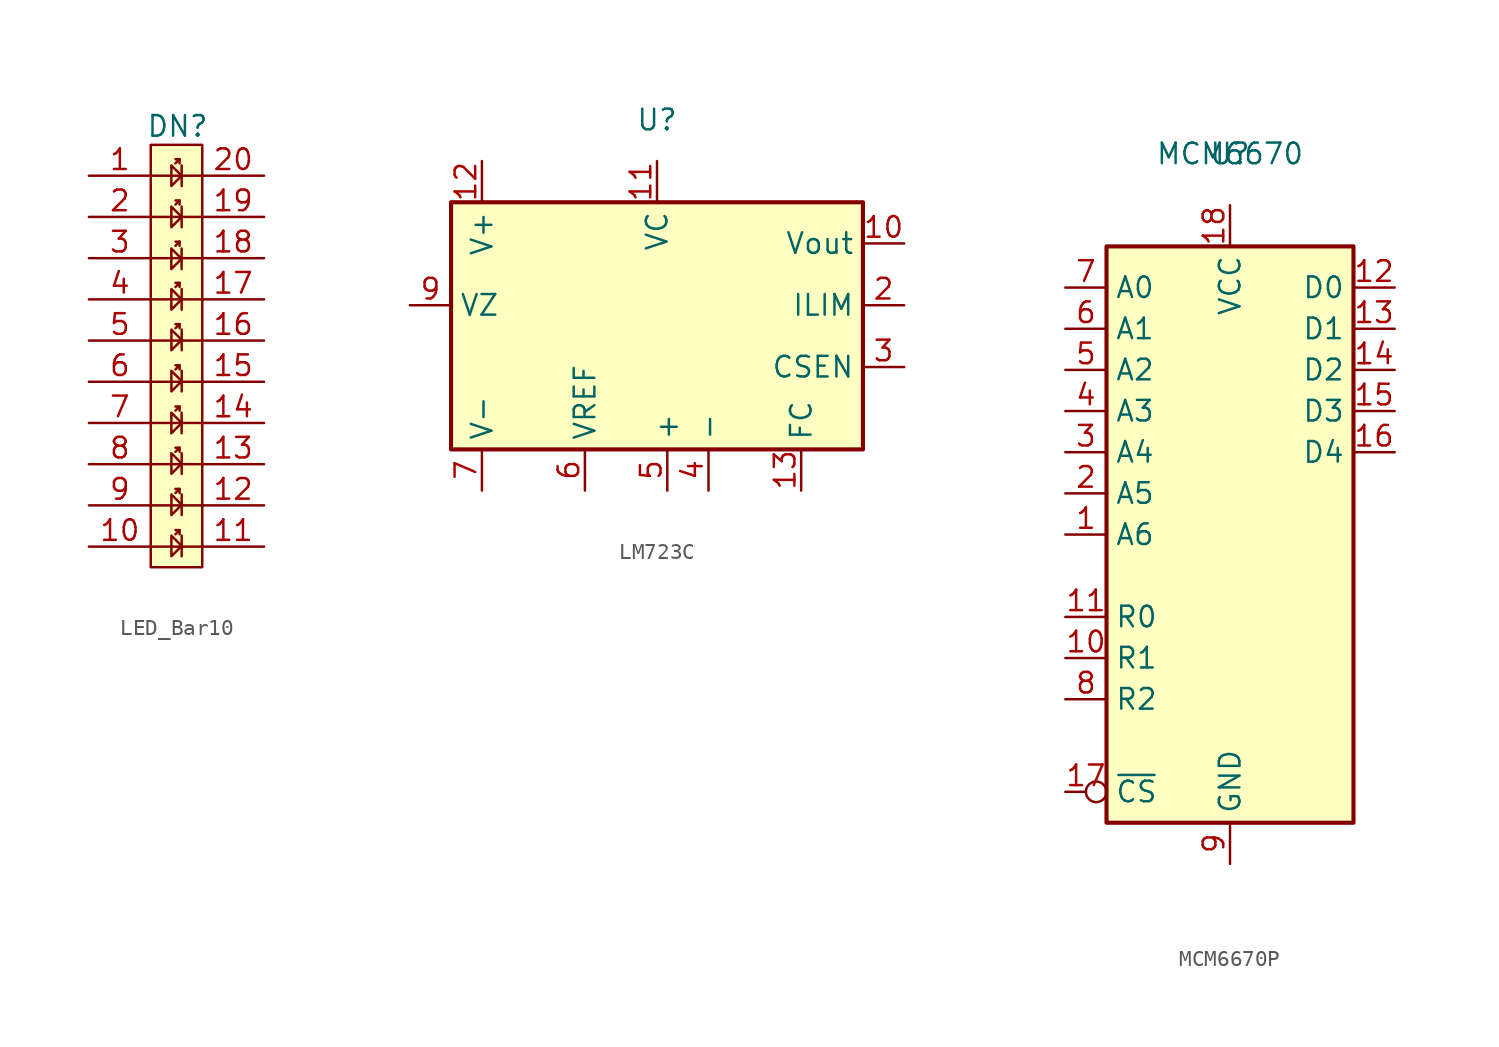
<source format=kicad_sym>
(kicad_symbol_lib
  (version 20241209)
  (generator "kicad_symbol_editor")
  (generator_version "9.0")
  (symbol "LED_Bar10"
    (property "Reference" "DN"
      (at -0.254 0.508 0)
      (effects (font (size 1.27 1.27))))
    (property "Value" ""
      (at 0 0 0)
      (effects (font (size 1.27 1.27))))
    (symbol "LED_Bar10_0_1"
      (polyline (pts (xy -1.905 -2.54) (xy 1.27 -2.54)) (stroke (width 0) (type default)) (fill (type none)))
      (polyline (pts (xy -1.905 -5.08) (xy 1.27 -5.08)) (stroke (width 0) (type default)) (fill (type none)))
      (polyline (pts (xy -1.905 -7.62) (xy 1.27 -7.62)) (stroke (width 0) (type default)) (fill (type none)))
      (polyline (pts (xy -1.905 -10.16) (xy 1.27 -10.16)) (stroke (width 0) (type default)) (fill (type none)))
      (polyline (pts (xy -1.905 -12.7) (xy 1.27 -12.7)) (stroke (width 0) (type default)) (fill (type none)))
      (polyline (pts (xy -1.905 -15.24) (xy 1.27 -15.24)) (stroke (width 0) (type default)) (fill (type none)))
      (polyline (pts (xy -1.905 -17.78) (xy 1.27 -17.78)) (stroke (width 0) (type default)) (fill (type none)))
      (polyline (pts (xy -1.905 -20.32) (xy 1.27 -20.32)) (stroke (width 0) (type default)) (fill (type none)))
      (polyline (pts (xy -1.905 -22.86) (xy 1.27 -22.86)) (stroke (width 0) (type default)) (fill (type none)))
      (polyline (pts (xy -1.905 -25.4) (xy 1.27 -25.4)) (stroke (width 0) (type default)) (fill (type none)))
      (polyline (pts (xy -0.638 -7.024) (xy -0.638 -8.294) (xy -0.003 -7.659) (xy -0.638 -7.024)) (stroke (width 0) (type default)) (fill (type none)))
      (polyline (pts (xy -0.635 -1.905) (xy -0.635 -3.175) (xy 0 -2.54) (xy -0.635 -1.905)) (stroke (width 0) (type default)) (fill (type none)))
      (polyline (pts (xy -0.635 -4.445) (xy -0.635 -5.715) (xy 0 -5.08) (xy -0.635 -4.445)) (stroke (width 0) (type default)) (fill (type none)))
      (polyline (pts (xy -0.635 -9.525) (xy -0.635 -10.795) (xy 0 -10.16) (xy -0.635 -9.525)) (stroke (width 0) (type default)) (fill (type none)))
      (polyline (pts (xy -0.635 -17.145) (xy -0.635 -18.415) (xy 0 -17.78) (xy -0.635 -17.145)) (stroke (width 0) (type default)) (fill (type none)))
      (polyline (pts (xy -0.632 -12.026) (xy -0.632 -13.296) (xy 0.003 -12.661) (xy -0.632 -12.026)) (stroke (width 0) (type default)) (fill (type none)))
      (polyline (pts (xy -0.632 -14.566) (xy -0.632 -15.836) (xy 0.003 -15.201) (xy -0.632 -14.566)) (stroke (width 0) (type default)) (fill (type none)))
      (polyline (pts (xy -0.632 -19.646) (xy -0.632 -20.916) (xy 0.003 -20.281) (xy -0.632 -19.646)) (stroke (width 0) (type default)) (fill (type none)))
      (polyline (pts (xy -0.632 -22.186) (xy -0.632 -23.456) (xy 0.003 -22.821) (xy -0.632 -22.186)) (stroke (width 0) (type default)) (fill (type none)))
      (polyline (pts (xy -0.632 -24.726) (xy -0.632 -25.996) (xy 0.003 -25.361) (xy -0.632 -24.726)) (stroke (width 0) (type default)) (fill (type none)))
      (polyline (pts (xy -0.381 -1.778) (xy -0.127 -1.524) (xy -0.381 -1.524)) (stroke (width 0) (type default)) (fill (type none)))
      (polyline (pts (xy -0.381 -4.318) (xy -0.127 -4.064) (xy -0.381 -4.064)) (stroke (width 0) (type default)) (fill (type none)))
      (polyline (pts (xy -0.381 -6.858) (xy -0.127 -6.604) (xy -0.381 -6.604)) (stroke (width 0) (type default)) (fill (type none)))
      (polyline (pts (xy -0.381 -9.398) (xy -0.127 -9.144) (xy -0.381 -9.144)) (stroke (width 0) (type default)) (fill (type none)))
      (polyline (pts (xy -0.381 -11.938) (xy -0.127 -11.684) (xy -0.381 -11.684)) (stroke (width 0) (type default)) (fill (type none)))
      (polyline (pts (xy -0.381 -14.478) (xy -0.127 -14.224) (xy -0.381 -14.224)) (stroke (width 0) (type default)) (fill (type none)))
      (polyline (pts (xy -0.381 -17.018) (xy -0.127 -16.764) (xy -0.381 -16.764)) (stroke (width 0) (type default)) (fill (type none)))
      (polyline (pts (xy -0.381 -19.558) (xy -0.127 -19.304) (xy -0.381 -19.304)) (stroke (width 0) (type default)) (fill (type none)))
      (polyline (pts (xy -0.381 -22.098) (xy -0.127 -21.844) (xy -0.381 -21.844)) (stroke (width 0) (type default)) (fill (type none)))
      (polyline (pts (xy -0.381 -24.638) (xy -0.127 -24.384) (xy -0.381 -24.384)) (stroke (width 0) (type default)) (fill (type none)))
      (polyline (pts (xy -0.127 -1.524) (xy -0.127 -1.778)) (stroke (width 0) (type default)) (fill (type none)))
      (polyline (pts (xy -0.127 -4.064) (xy -0.127 -4.318)) (stroke (width 0) (type default)) (fill (type none)))
      (polyline (pts (xy -0.127 -6.604) (xy -0.127 -6.858)) (stroke (width 0) (type default)) (fill (type none)))
      (polyline (pts (xy -0.127 -9.144) (xy -0.127 -9.398)) (stroke (width 0) (type default)) (fill (type none)))
      (polyline (pts (xy -0.127 -11.684) (xy -0.127 -11.938)) (stroke (width 0) (type default)) (fill (type none)))
      (polyline (pts (xy -0.127 -14.224) (xy -0.127 -14.478)) (stroke (width 0) (type default)) (fill (type none)))
      (polyline (pts (xy -0.127 -16.764) (xy -0.127 -17.018)) (stroke (width 0) (type default)) (fill (type none)))
      (polyline (pts (xy -0.127 -19.304) (xy -0.127 -19.558)) (stroke (width 0) (type default)) (fill (type none)))
      (polyline (pts (xy -0.127 -21.844) (xy -0.127 -22.098)) (stroke (width 0) (type default)) (fill (type none)))
      (polyline (pts (xy -0.127 -24.384) (xy -0.127 -24.638)) (stroke (width 0) (type default)) (fill (type none)))
      (polyline (pts (xy -0.003 -7.024) (xy -0.003 -8.294)) (stroke (width 0) (type default)) (fill (type none)))
      (polyline (pts (xy 0 -1.905) (xy 0 -3.175)) (stroke (width 0) (type default)) (fill (type none)))
      (polyline (pts (xy 0 -4.445) (xy 0 -5.715)) (stroke (width 0) (type default)) (fill (type none)))
      (polyline (pts (xy 0 -9.525) (xy 0 -10.795)) (stroke (width 0) (type default)) (fill (type none)))
      (polyline (pts (xy 0 -17.145) (xy 0 -18.415)) (stroke (width 0) (type default)) (fill (type none)))
      (polyline (pts (xy 0.003 -12.026) (xy 0.003 -13.296)) (stroke (width 0) (type default)) (fill (type none)))
      (polyline (pts (xy 0.003 -14.566) (xy 0.003 -15.836)) (stroke (width 0) (type default)) (fill (type none)))
      (polyline (pts (xy 0.003 -19.646) (xy 0.003 -20.916)) (stroke (width 0) (type default)) (fill (type none)))
      (polyline (pts (xy 0.003 -22.186) (xy 0.003 -23.456)) (stroke (width 0) (type default)) (fill (type none)))
      (polyline (pts (xy 0.003 -24.726) (xy 0.003 -25.996)) (stroke (width 0) (type default)) (fill (type none))))
    (symbol "LED_Bar10_1_0"
      (pin passive line (at -5.715 -2.54 0) (length 3.81) (name "~" (effects (font (size 1.27 1.27)))) (number "1" (effects (font (size 1.27 1.27)))))
      (pin passive line (at -5.715 -5.08 0) (length 3.81) (name "~" (effects (font (size 1.27 1.27)))) (number "2" (effects (font (size 1.27 1.27)))))
      (pin passive line (at -5.715 -7.62 0) (length 3.81) (name "~" (effects (font (size 1.27 1.27)))) (number "3" (effects (font (size 1.27 1.27)))))
      (pin passive line (at -5.715 -10.16 0) (length 3.81) (name "~" (effects (font (size 1.27 1.27)))) (number "4" (effects (font (size 1.27 1.27)))))
      (pin passive line (at -5.715 -12.7 0) (length 3.81) (name "~" (effects (font (size 1.27 1.27)))) (number "5" (effects (font (size 1.27 1.27)))))
      (pin passive line (at -5.715 -15.24 0) (length 3.81) (name "~" (effects (font (size 1.27 1.27)))) (number "6" (effects (font (size 1.27 1.27)))))
      (pin passive line (at -5.715 -17.78 0) (length 3.81) (name "~" (effects (font (size 1.27 1.27)))) (number "7" (effects (font (size 1.27 1.27)))))
      (pin passive line (at -5.715 -20.32 0) (length 3.81) (name "~" (effects (font (size 1.27 1.27)))) (number "8" (effects (font (size 1.27 1.27)))))
      (pin passive line (at -5.715 -22.86 0) (length 3.81) (name "~" (effects (font (size 1.27 1.27)))) (number "9" (effects (font (size 1.27 1.27)))))
      (pin passive line (at -5.715 -25.4 0) (length 3.81) (name "~" (effects (font (size 1.27 1.27)))) (number "10" (effects (font (size 1.27 1.27)))))
      (pin passive line (at 5.08 -2.54 180) (length 3.81) (name "~" (effects (font (size 1.27 1.27)))) (number "20" (effects (font (size 1.27 1.27)))))
      (pin passive line (at 5.08 -5.08 180) (length 3.81) (name "~" (effects (font (size 1.27 1.27)))) (number "19" (effects (font (size 1.27 1.27)))))
      (pin passive line (at 5.08 -7.62 180) (length 3.81) (name "~" (effects (font (size 1.27 1.27)))) (number "18" (effects (font (size 1.27 1.27)))))
      (pin passive line (at 5.08 -10.16 180) (length 3.81) (name "~" (effects (font (size 1.27 1.27)))) (number "17" (effects (font (size 1.27 1.27)))))
      (pin passive line (at 5.08 -12.7 180) (length 3.81) (name "~" (effects (font (size 1.27 1.27)))) (number "16" (effects (font (size 1.27 1.27)))))
      (pin passive line (at 5.08 -15.24 180) (length 3.81) (name "~" (effects (font (size 1.27 1.27)))) (number "15" (effects (font (size 1.27 1.27)))))
      (pin passive line (at 5.08 -17.78 180) (length 3.81) (name "~" (effects (font (size 1.27 1.27)))) (number "14" (effects (font (size 1.27 1.27)))))
      (pin passive line (at 5.08 -20.32 180) (length 3.81) (name "~" (effects (font (size 1.27 1.27)))) (number "13" (effects (font (size 1.27 1.27)))))
      (pin passive line (at 5.08 -22.86 180) (length 3.81) (name "~" (effects (font (size 1.27 1.27)))) (number "12" (effects (font (size 1.27 1.27)))))
      (pin passive line (at 5.08 -25.4 180) (length 3.81) (name "~" (effects (font (size 1.27 1.27)))) (number "11" (effects (font (size 1.27 1.27))))))
    (symbol "LED_Bar10_1_1"
      (rectangle (start -1.905 -0.635) (end 1.27 -26.67) (stroke (width 0) (type default)) (fill (type background)))))
  (symbol "LM723C"
    (property "Reference" "U"
      (at 0 0 0)
      (effects (font (size 1.27 1.27))))
    (property "Value" ""
      (at 3.175 -0.635 0)
      (effects (font (size 1.27 1.27))))
    (symbol "LM723C_0_1"
      (rectangle (start -12.7 -5.08) (end 12.7 -20.32) (stroke (width 0.254) (type default)) (fill (type background))))
    (symbol "LM723C_1_1"
      (pin no_connect line (at -15.24 -9.525 0) (length 2.54) (hide yes) (name "NC" (effects (font (size 1.27 1.27)))) (number "8" (effects (font (size 1.27 1.27)))))
      (pin input line (at -15.24 -11.43 0) (length 2.54) (name "VZ" (effects (font (size 1.27 1.27)))) (number "9" (effects (font (size 1.27 1.27)))))
      (pin no_connect line (at -15.24 -13.97 0) (length 2.54) (hide yes) (name "NC" (effects (font (size 1.27 1.27)))) (number "1" (effects (font (size 1.27 1.27)))))
      (pin no_connect line (at -15.24 -15.875 0) (length 2.54) (hide yes) (name "NC" (effects (font (size 1.27 1.27)))) (number "14" (effects (font (size 1.27 1.27)))))
      (pin power_in line (at -10.795 -2.54 270) (length 2.54) (name "V+" (effects (font (size 1.27 1.27)))) (number "12" (effects (font (size 1.27 1.27)))))
      (pin power_in line (at -10.795 -22.86 90) (length 2.54) (name "V-" (effects (font (size 1.27 1.27)))) (number "7" (effects (font (size 1.27 1.27)))))
      (pin power_out line (at -4.445 -22.86 90) (length 2.54) (name "VREF" (effects (font (size 1.27 1.27)))) (number "6" (effects (font (size 1.27 1.27)))))
      (pin power_in line (at 0 -2.54 270) (length 2.54) (name "VC" (effects (font (size 1.27 1.27)))) (number "11" (effects (font (size 1.27 1.27)))))
      (pin input line (at 0.635 -22.86 90) (length 2.54) (name "+" (effects (font (size 1.27 1.27)))) (number "5" (effects (font (size 1.27 1.27)))))
      (pin input line (at 3.175 -22.86 90) (length 2.54) (name "-" (effects (font (size 1.27 1.27)))) (number "4" (effects (font (size 1.27 1.27)))))
      (pin input line (at 8.89 -22.86 90) (length 2.54) (name "FC" (effects (font (size 1.27 1.27)))) (number "13" (effects (font (size 1.27 1.27)))))
      (pin power_out line (at 15.24 -7.62 180) (length 2.54) (name "Vout" (effects (font (size 1.27 1.27)))) (number "10" (effects (font (size 1.27 1.27)))))
      (pin input line (at 15.24 -11.43 180) (length 2.54) (name "ILIM" (effects (font (size 1.27 1.27)))) (number "2" (effects (font (size 1.27 1.27)))))
      (pin input line (at 15.24 -15.24 180) (length 2.54) (name "CSEN" (effects (font (size 1.27 1.27)))) (number "3" (effects (font (size 1.27 1.27)))))))
  (symbol "MCM6670P"
    (property "Reference" "U"
      (at 0 0 0)
      (effects (font (size 1.27 1.27))))
    (property "Value" "MCM6670"
      (at 0 0 0)
      (effects (font (size 1.27 1.27))))
    (symbol "MCM6670P_1_1"
      (rectangle (start -7.62 -5.715) (end 7.62 -41.275) (stroke (width 0.254) (type default)) (fill (type background)))
      (pin input line (at -10.16 -8.255 0) (length 2.54) (name "A0" (effects (font (size 1.27 1.27)))) (number "7" (effects (font (size 1.27 1.27)))))
      (pin input line (at -10.16 -10.795 0) (length 2.54) (name "A1" (effects (font (size 1.27 1.27)))) (number "6" (effects (font (size 1.27 1.27)))))
      (pin input line (at -10.16 -13.335 0) (length 2.54) (name "A2" (effects (font (size 1.27 1.27)))) (number "5" (effects (font (size 1.27 1.27)))))
      (pin input line (at -10.16 -15.875 0) (length 2.54) (name "A3" (effects (font (size 1.27 1.27)))) (number "4" (effects (font (size 1.27 1.27)))))
      (pin input line (at -10.16 -18.415 0) (length 2.54) (name "A4" (effects (font (size 1.27 1.27)))) (number "3" (effects (font (size 1.27 1.27)))))
      (pin input line (at -10.16 -20.955 0) (length 2.54) (name "A5" (effects (font (size 1.27 1.27)))) (number "2" (effects (font (size 1.27 1.27)))))
      (pin input line (at -10.16 -23.495 0) (length 2.54) (name "A6" (effects (font (size 1.27 1.27)))) (number "1" (effects (font (size 1.27 1.27)))))
      (pin input line (at -10.16 -28.575 0) (length 2.54) (name "R0" (effects (font (size 1.27 1.27)))) (number "11" (effects (font (size 1.27 1.27)))))
      (pin input line (at -10.16 -31.115 0) (length 2.54) (name "R1" (effects (font (size 1.27 1.27)))) (number "10" (effects (font (size 1.27 1.27)))))
      (pin input line (at -10.16 -33.655 0) (length 2.54) (name "R2" (effects (font (size 1.27 1.27)))) (number "8" (effects (font (size 1.27 1.27)))))
      (pin input inverted (at -10.16 -39.37 0) (length 2.54) (name "~{CS}" (effects (font (size 1.27 1.27)))) (number "17" (effects (font (size 1.27 1.27)))))
      (pin power_in line (at 0 -3.175 270) (length 2.54) (name "VCC" (effects (font (size 1.27 1.27)))) (number "18" (effects (font (size 1.27 1.27)))))
      (pin power_in line (at 0 -43.815 90) (length 2.54) (name "GND" (effects (font (size 1.27 1.27)))) (number "9" (effects (font (size 1.27 1.27)))))
      (pin output line (at 10.16 -8.255 180) (length 2.54) (name "D0" (effects (font (size 1.27 1.27)))) (number "12" (effects (font (size 1.27 1.27)))))
      (pin output line (at 10.16 -10.795 180) (length 2.54) (name "D1" (effects (font (size 1.27 1.27)))) (number "13" (effects (font (size 1.27 1.27)))))
      (pin output line (at 10.16 -13.335 180) (length 2.54) (name "D2" (effects (font (size 1.27 1.27)))) (number "14" (effects (font (size 1.27 1.27)))))
      (pin output line (at 10.16 -15.875 180) (length 2.54) (name "D3" (effects (font (size 1.27 1.27)))) (number "15" (effects (font (size 1.27 1.27)))))
      (pin output line (at 10.16 -18.415 180) (length 2.54) (name "D4" (effects (font (size 1.27 1.27)))) (number "16" (effects (font (size 1.27 1.27))))))))
</source>
